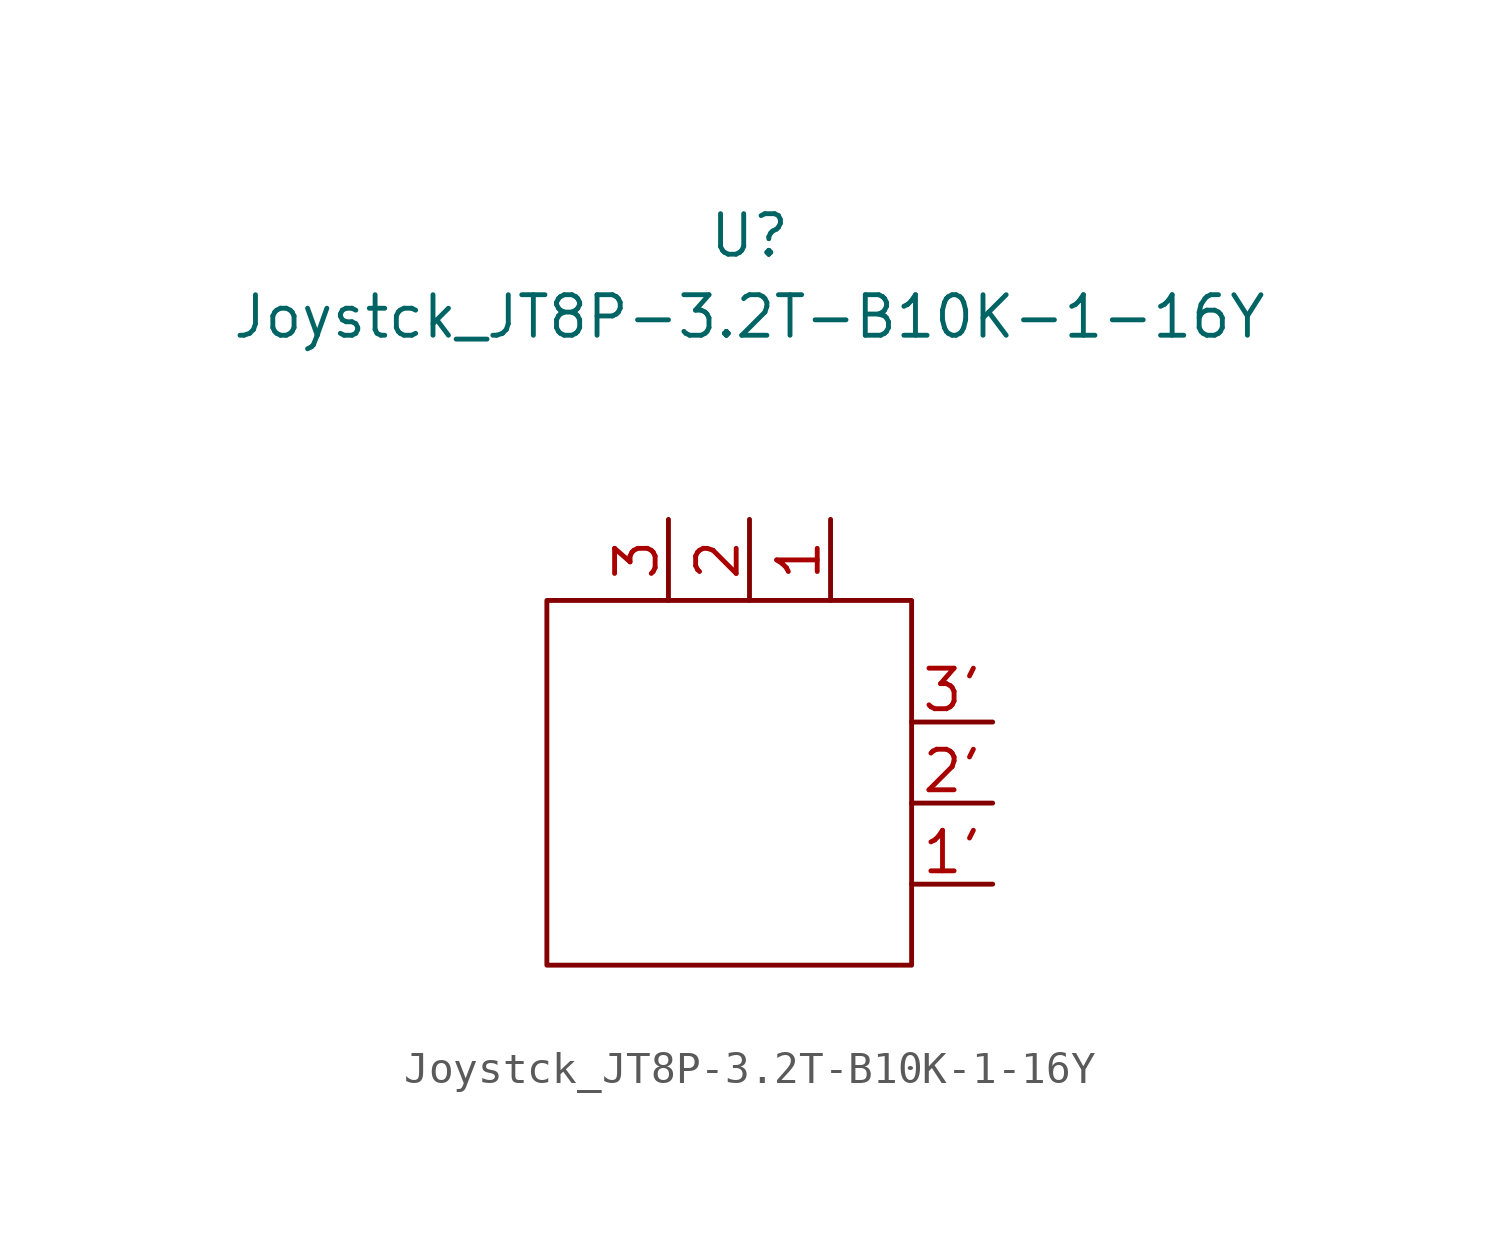
<source format=kicad_sym>
(kicad_symbol_lib
  (version 20211014)
  (generator kicad_symbol_editor)
  (symbol "Joystck_JT8P-3.2T-B10K-1-16Y"
    (property "Reference" "U"
      (at 0 16.51 0)
      (effects (font (size 1.27 1.27))))
    (property "Value" "Joystck_JT8P-3.2T-B10K-1-16Y"
      (at 0 13.97 0)
      (effects (font (size 1.27 1.27))))
    (symbol "Joystck_JT8P-3.2T-B10K-1-16Y_0_1"
      (rectangle (start -6.35 5.08) (end 5.08 -6.35) (stroke (width 0) (type default) (color 0 0 0 0)) (fill (type none))))
    (symbol "Joystck_JT8P-3.2T-B10K-1-16Y_1_1"
      (pin passive line (at 2.54 7.62 270) (length 2.54) (name "" (effects (font (size 1.27 1.27)))) (number "1" (effects (font (size 1.27 1.27)))))
      (pin passive line (at 7.62 -3.81 180) (length 2.54) (name "" (effects (font (size 1.27 1.27)))) (number "1'" (effects (font (size 1.27 1.27)))))
      (pin passive line (at 0 7.62 270) (length 2.54) (name "" (effects (font (size 1.27 1.27)))) (number "2" (effects (font (size 1.27 1.27)))))
      (pin passive line (at 7.62 -1.27 180) (length 2.54) (name "" (effects (font (size 1.27 1.27)))) (number "2'" (effects (font (size 1.27 1.27)))))
      (pin passive line (at -2.54 7.62 270) (length 2.54) (name "" (effects (font (size 1.27 1.27)))) (number "3" (effects (font (size 1.27 1.27)))))
      (pin passive line (at 7.62 1.27 180) (length 2.54) (name "" (effects (font (size 1.27 1.27)))) (number "3'" (effects (font (size 1.27 1.27))))))))
</source>
